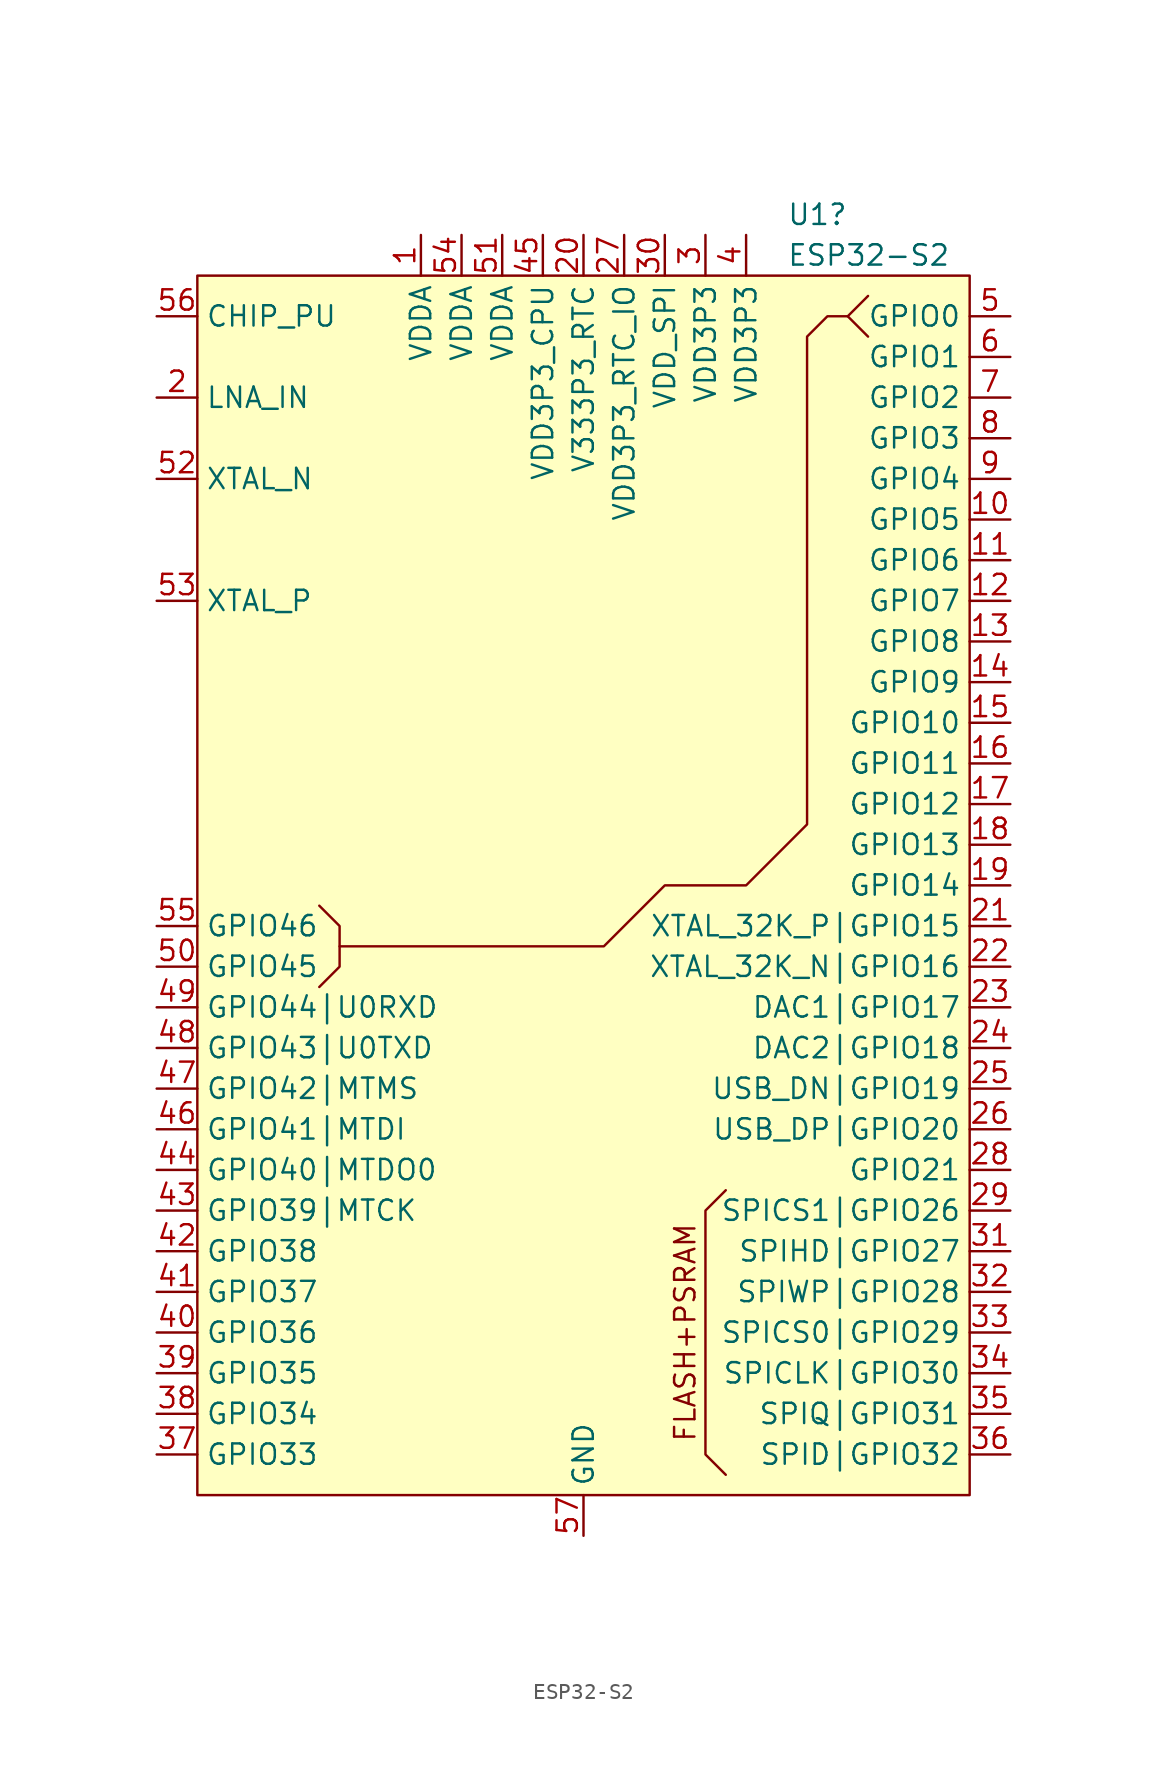
<source format=kicad_sym>
(kicad_symbol_lib
  (version 20220914)
  (generator kicad_symbol_editor)
  (symbol "ESP32-S2"
    (property "Reference" "U1"
      (at 12.7 38.1 0)
      (effects (font (size 1.27 1.27)) (justify left)))
    (property "Value" "ESP32-S2"
      (at 12.7 35.56 0)
      (effects (font (size 1.27 1.27)) (justify left)))
    (symbol "ESP32-S2_0_1"
      (rectangle (start -24.13 34.29) (end 24.13 -41.91) (stroke (width 0.152) (type default)) (fill (type background)))
      (polyline (pts (xy 8.89 -40.64) (xy 7.62 -39.37) (xy 7.62 -24.13) (xy 8.89 -22.86)) (stroke (width 0) (type default)) (fill (type none))))
    (symbol "ESP32-S2_1_1"
      (polyline (pts (xy 17.78 33.02) (xy 16.51 31.75) (xy 17.78 30.48)) (stroke (width 0) (type default)) (fill (type none)))
      (polyline (pts (xy -16.51 -10.16) (xy -15.24 -8.89) (xy -15.24 -6.35) (xy -16.51 -5.08)) (stroke (width 0) (type default)) (fill (type none)))
      (polyline (pts (xy -15.24 -7.62) (xy 1.27 -7.62) (xy 5.08 -3.81) (xy 10.16 -3.81) (xy 13.97 0) (xy 13.97 30.48) (xy 15.24 31.75) (xy 16.51 31.75)) (stroke (width 0) (type default)) (fill (type none)))
      (text "FLASH+PSRAM" (at 6.35 -31.75 900) (effects (font (size 1.27 1.27))))
      (pin power_in line (at -10.16 36.83 270) (length 2.54) (name "VDDA" (effects (font (size 1.27 1.27)))) (number "1" (effects (font (size 1.27 1.27)))))
      (pin bidirectional line (at 26.67 19.05 180) (length 2.54) (name "GPIO5" (effects (font (size 1.27 1.27)))) (number "10" (effects (font (size 1.27 1.27)))))
      (pin bidirectional line (at 26.67 16.51 180) (length 2.54) (name "GPIO6" (effects (font (size 1.27 1.27)))) (number "11" (effects (font (size 1.27 1.27)))))
      (pin bidirectional line (at 26.67 13.97 180) (length 2.54) (name "GPIO7" (effects (font (size 1.27 1.27)))) (number "12" (effects (font (size 1.27 1.27)))))
      (pin bidirectional line (at 26.67 11.43 180) (length 2.54) (name "GPIO8" (effects (font (size 1.27 1.27)))) (number "13" (effects (font (size 1.27 1.27)))))
      (pin bidirectional line (at 26.67 8.89 180) (length 2.54) (name "GPIO9" (effects (font (size 1.27 1.27)))) (number "14" (effects (font (size 1.27 1.27)))))
      (pin bidirectional line (at 26.67 6.35 180) (length 2.54) (name "GPIO10" (effects (font (size 1.27 1.27)))) (number "15" (effects (font (size 1.27 1.27)))))
      (pin bidirectional line (at 26.67 3.81 180) (length 2.54) (name "GPIO11" (effects (font (size 1.27 1.27)))) (number "16" (effects (font (size 1.27 1.27)))))
      (pin bidirectional line (at 26.67 1.27 180) (length 2.54) (name "GPIO12" (effects (font (size 1.27 1.27)))) (number "17" (effects (font (size 1.27 1.27)))))
      (pin bidirectional line (at 26.67 -1.27 180) (length 2.54) (name "GPIO13" (effects (font (size 1.27 1.27)))) (number "18" (effects (font (size 1.27 1.27)))))
      (pin bidirectional line (at 26.67 -3.81 180) (length 2.54) (name "GPIO14" (effects (font (size 1.27 1.27)))) (number "19" (effects (font (size 1.27 1.27)))))
      (pin bidirectional line (at -26.67 26.67 0) (length 2.54) (name "LNA_IN" (effects (font (size 1.27 1.27)))) (number "2" (effects (font (size 1.27 1.27)))))
      (pin power_in line (at 0 36.83 270) (length 2.54) (name "V333P3_RTC" (effects (font (size 1.27 1.27)))) (number "20" (effects (font (size 1.27 1.27)))))
      (pin bidirectional line (at 26.67 -6.35 180) (length 2.54) (name "XTAL_32K_P|GPIO15" (effects (font (size 1.27 1.27)))) (number "21" (effects (font (size 1.27 1.27)))))
      (pin bidirectional line (at 26.67 -8.89 180) (length 2.54) (name "XTAL_32K_N|GPIO16" (effects (font (size 1.27 1.27)))) (number "22" (effects (font (size 1.27 1.27)))))
      (pin bidirectional line (at 26.67 -11.43 180) (length 2.54) (name "DAC1|GPIO17" (effects (font (size 1.27 1.27)))) (number "23" (effects (font (size 1.27 1.27)))))
      (pin bidirectional line (at 26.67 -13.97 180) (length 2.54) (name "DAC2|GPIO18" (effects (font (size 1.27 1.27)))) (number "24" (effects (font (size 1.27 1.27)))))
      (pin bidirectional line (at 26.67 -16.51 180) (length 2.54) (name "USB_DN|GPIO19" (effects (font (size 1.27 1.27)))) (number "25" (effects (font (size 1.27 1.27)))))
      (pin bidirectional line (at 26.67 -19.05 180) (length 2.54) (name "USB_DP|GPIO20" (effects (font (size 1.27 1.27)))) (number "26" (effects (font (size 1.27 1.27)))))
      (pin power_in line (at 2.54 36.83 270) (length 2.54) (name "VDD3P3_RTC_IO" (effects (font (size 1.27 1.27)))) (number "27" (effects (font (size 1.27 1.27)))))
      (pin bidirectional line (at 26.67 -21.59 180) (length 2.54) (name "GPIO21" (effects (font (size 1.27 1.27)))) (number "28" (effects (font (size 1.27 1.27)))))
      (pin bidirectional line (at 26.67 -24.13 180) (length 2.54) (name "SPICS1|GPIO26" (effects (font (size 1.27 1.27)))) (number "29" (effects (font (size 1.27 1.27)))))
      (pin power_in line (at 7.62 36.83 270) (length 2.54) (name "VDD3P3" (effects (font (size 1.27 1.27)))) (number "3" (effects (font (size 1.27 1.27)))))
      (pin power_in line (at 5.08 36.83 270) (length 2.54) (name "VDD_SPI" (effects (font (size 1.27 1.27)))) (number "30" (effects (font (size 1.27 1.27)))))
      (pin bidirectional line (at 26.67 -26.67 180) (length 2.54) (name "SPIHD|GPIO27" (effects (font (size 1.27 1.27)))) (number "31" (effects (font (size 1.27 1.27)))))
      (pin bidirectional line (at 26.67 -29.21 180) (length 2.54) (name "SPIWP|GPIO28" (effects (font (size 1.27 1.27)))) (number "32" (effects (font (size 1.27 1.27)))))
      (pin bidirectional line (at 26.67 -31.75 180) (length 2.54) (name "SPICS0|GPIO29" (effects (font (size 1.27 1.27)))) (number "33" (effects (font (size 1.27 1.27)))))
      (pin bidirectional line (at 26.67 -34.29 180) (length 2.54) (name "SPICLK|GPIO30" (effects (font (size 1.27 1.27)))) (number "34" (effects (font (size 1.27 1.27)))))
      (pin bidirectional line (at 26.67 -36.83 180) (length 2.54) (name "SPIQ|GPIO31" (effects (font (size 1.27 1.27)))) (number "35" (effects (font (size 1.27 1.27)))))
      (pin bidirectional line (at 26.67 -39.37 180) (length 2.54) (name "SPID|GPIO32" (effects (font (size 1.27 1.27)))) (number "36" (effects (font (size 1.27 1.27)))))
      (pin bidirectional line (at -26.67 -39.37 0) (length 2.54) (name "GPIO33" (effects (font (size 1.27 1.27)))) (number "37" (effects (font (size 1.27 1.27)))))
      (pin bidirectional line (at -26.67 -36.83 0) (length 2.54) (name "GPIO34" (effects (font (size 1.27 1.27)))) (number "38" (effects (font (size 1.27 1.27)))))
      (pin bidirectional line (at -26.67 -34.29 0) (length 2.54) (name "GPIO35" (effects (font (size 1.27 1.27)))) (number "39" (effects (font (size 1.27 1.27)))))
      (pin power_in line (at 10.16 36.83 270) (length 2.54) (name "VDD3P3" (effects (font (size 1.27 1.27)))) (number "4" (effects (font (size 1.27 1.27)))))
      (pin bidirectional line (at -26.67 -31.75 0) (length 2.54) (name "GPIO36" (effects (font (size 1.27 1.27)))) (number "40" (effects (font (size 1.27 1.27)))))
      (pin bidirectional line (at -26.67 -29.21 0) (length 2.54) (name "GPIO37" (effects (font (size 1.27 1.27)))) (number "41" (effects (font (size 1.27 1.27)))))
      (pin bidirectional line (at -26.67 -26.67 0) (length 2.54) (name "GPIO38" (effects (font (size 1.27 1.27)))) (number "42" (effects (font (size 1.27 1.27)))))
      (pin bidirectional line (at -26.67 -24.13 0) (length 2.54) (name "GPIO39|MTCK" (effects (font (size 1.27 1.27)))) (number "43" (effects (font (size 1.27 1.27)))))
      (pin bidirectional line (at -26.67 -21.59 0) (length 2.54) (name "GPIO40|MTDO0" (effects (font (size 1.27 1.27)))) (number "44" (effects (font (size 1.27 1.27)))))
      (pin bidirectional line (at -2.54 36.83 270) (length 2.54) (name "VDD3P3_CPU" (effects (font (size 1.27 1.27)))) (number "45" (effects (font (size 1.27 1.27)))))
      (pin bidirectional line (at -26.67 -19.05 0) (length 2.54) (name "GPIO41|MTDI" (effects (font (size 1.27 1.27)))) (number "46" (effects (font (size 1.27 1.27)))))
      (pin bidirectional line (at -26.67 -16.51 0) (length 2.54) (name "GPIO42|MTMS" (effects (font (size 1.27 1.27)))) (number "47" (effects (font (size 1.27 1.27)))))
      (pin bidirectional line (at -26.67 -13.97 0) (length 2.54) (name "GPIO43|U0TXD" (effects (font (size 1.27 1.27)))) (number "48" (effects (font (size 1.27 1.27)))))
      (pin bidirectional line (at -26.67 -11.43 0) (length 2.54) (name "GPIO44|U0RXD" (effects (font (size 1.27 1.27)))) (number "49" (effects (font (size 1.27 1.27)))))
      (pin bidirectional line (at 26.67 31.75 180) (length 2.54) (name "GPIO0" (effects (font (size 1.27 1.27)))) (number "5" (effects (font (size 1.27 1.27)))))
      (pin bidirectional line (at -26.67 -8.89 0) (length 2.54) (name "GPIO45" (effects (font (size 1.27 1.27)))) (number "50" (effects (font (size 1.27 1.27)))))
      (pin power_in line (at -5.08 36.83 270) (length 2.54) (name "VDDA" (effects (font (size 1.27 1.27)))) (number "51" (effects (font (size 1.27 1.27)))))
      (pin passive line (at -26.67 21.59 0) (length 2.54) (name "XTAL_N" (effects (font (size 1.27 1.27)))) (number "52" (effects (font (size 1.27 1.27)))))
      (pin passive line (at -26.67 13.97 0) (length 2.54) (name "XTAL_P" (effects (font (size 1.27 1.27)))) (number "53" (effects (font (size 1.27 1.27)))))
      (pin power_in line (at -7.62 36.83 270) (length 2.54) (name "VDDA" (effects (font (size 1.27 1.27)))) (number "54" (effects (font (size 1.27 1.27)))))
      (pin bidirectional line (at -26.67 -6.35 0) (length 2.54) (name "GPIO46" (effects (font (size 1.27 1.27)))) (number "55" (effects (font (size 1.27 1.27)))))
      (pin bidirectional line (at -26.67 31.75 0) (length 2.54) (name "CHIP_PU" (effects (font (size 1.27 1.27)))) (number "56" (effects (font (size 1.27 1.27)))))
      (pin power_in line (at 0 -44.45 90) (length 2.54) (name "GND" (effects (font (size 1.27 1.27)))) (number "57" (effects (font (size 1.27 1.27)))))
      (pin bidirectional line (at 26.67 29.21 180) (length 2.54) (name "GPIO1" (effects (font (size 1.27 1.27)))) (number "6" (effects (font (size 1.27 1.27)))))
      (pin bidirectional line (at 26.67 26.67 180) (length 2.54) (name "GPIO2" (effects (font (size 1.27 1.27)))) (number "7" (effects (font (size 1.27 1.27)))))
      (pin bidirectional line (at 26.67 24.13 180) (length 2.54) (name "GPIO3" (effects (font (size 1.27 1.27)))) (number "8" (effects (font (size 1.27 1.27)))))
      (pin bidirectional line (at 26.67 21.59 180) (length 2.54) (name "GPIO4" (effects (font (size 1.27 1.27)))) (number "9" (effects (font (size 1.27 1.27))))))))
</source>
